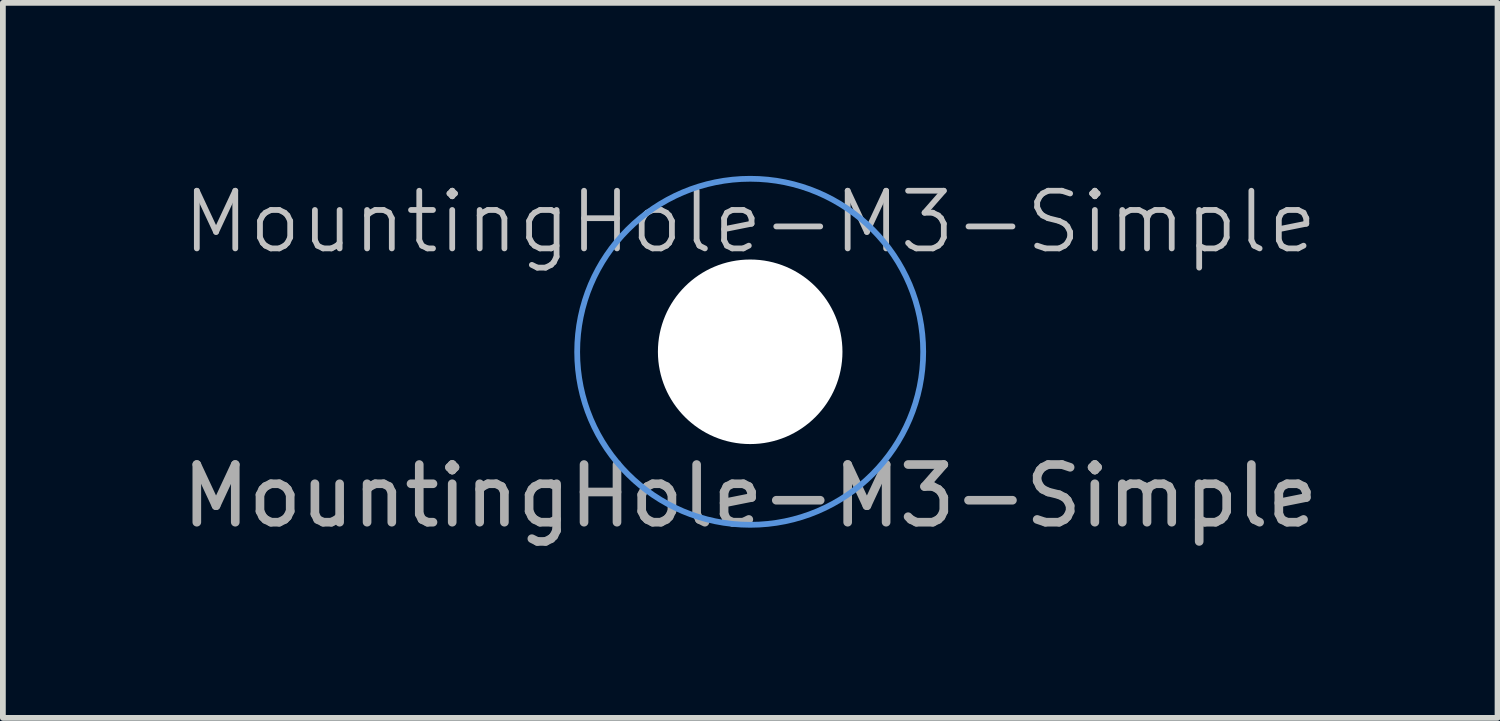
<source format=kicad_pcb>
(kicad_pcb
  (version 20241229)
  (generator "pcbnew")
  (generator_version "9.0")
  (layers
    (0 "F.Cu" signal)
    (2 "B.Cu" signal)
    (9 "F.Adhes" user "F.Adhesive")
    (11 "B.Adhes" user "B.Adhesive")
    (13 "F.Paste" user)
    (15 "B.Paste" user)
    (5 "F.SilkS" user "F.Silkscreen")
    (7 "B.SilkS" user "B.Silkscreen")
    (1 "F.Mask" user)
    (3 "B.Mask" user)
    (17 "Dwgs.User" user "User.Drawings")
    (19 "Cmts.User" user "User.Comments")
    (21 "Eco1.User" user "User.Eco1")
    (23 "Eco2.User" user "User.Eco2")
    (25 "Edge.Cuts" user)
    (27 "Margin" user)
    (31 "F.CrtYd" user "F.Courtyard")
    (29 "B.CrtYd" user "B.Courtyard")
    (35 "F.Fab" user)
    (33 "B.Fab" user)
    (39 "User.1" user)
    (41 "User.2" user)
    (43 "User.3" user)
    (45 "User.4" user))
  (footprint "MountingHole-M3-Simple"
    (layer "F.Cu")
    (at 9.958 3.05)
    (property "Reference" "MountingHole-M3-Simple" (at 0 -2.25 0) (unlocked yes) (layer "Dwgs.User") (effects (font (size 1 1) (thickness 0.1))))
    (attr smd)
    (fp_circle (center 0 0) (end 3 0) (stroke (width 0.1) (type solid)) (fill no) (layer "Cmts.User"))
    (fp_text user "${REFERENCE}" (at 0 2.5 0) (unlocked yes) (layer "F.Fab") (effects (font (size 1 1) (thickness 0.15))))
    (pad "" np_thru_hole circle (at 0 0) (size 3.2 3.2) (drill 3.2) (layers "*.Cu" "*.Mask")))
  (gr_rect
    (start -3 -3)
    (end 22.917 9.398)
    (stroke (width 0.1) (type default))
    (fill no)
    (layer "Edge.Cuts")))
</source>
